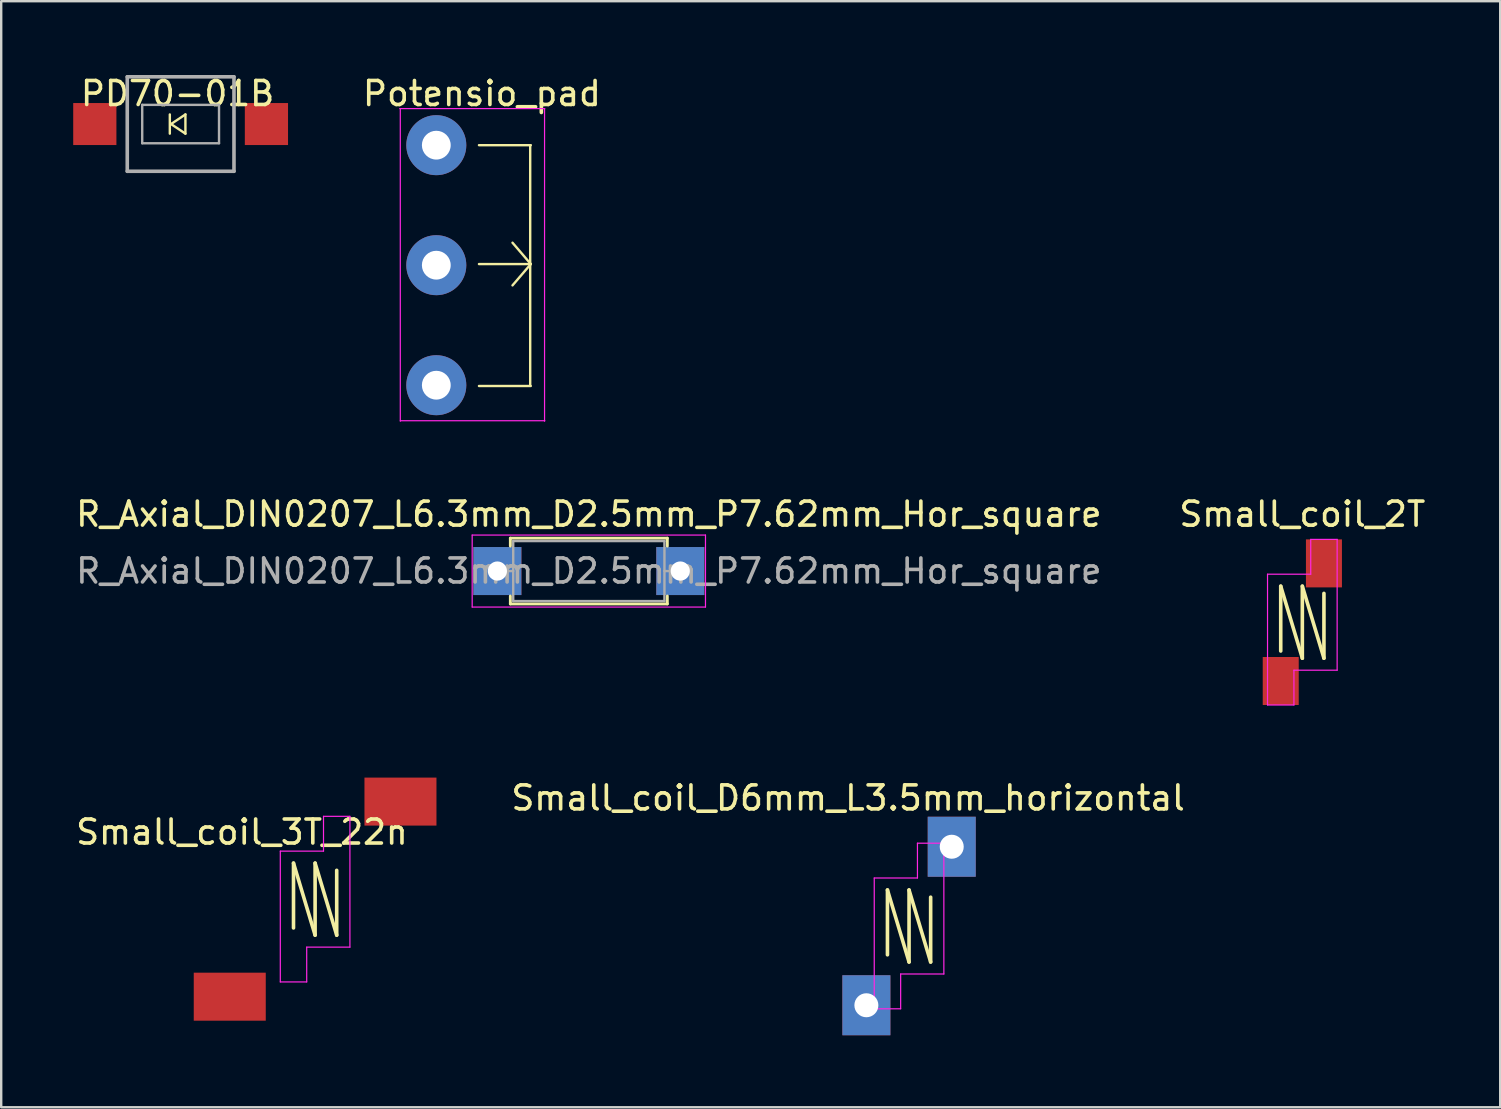
<source format=kicad_pcb>
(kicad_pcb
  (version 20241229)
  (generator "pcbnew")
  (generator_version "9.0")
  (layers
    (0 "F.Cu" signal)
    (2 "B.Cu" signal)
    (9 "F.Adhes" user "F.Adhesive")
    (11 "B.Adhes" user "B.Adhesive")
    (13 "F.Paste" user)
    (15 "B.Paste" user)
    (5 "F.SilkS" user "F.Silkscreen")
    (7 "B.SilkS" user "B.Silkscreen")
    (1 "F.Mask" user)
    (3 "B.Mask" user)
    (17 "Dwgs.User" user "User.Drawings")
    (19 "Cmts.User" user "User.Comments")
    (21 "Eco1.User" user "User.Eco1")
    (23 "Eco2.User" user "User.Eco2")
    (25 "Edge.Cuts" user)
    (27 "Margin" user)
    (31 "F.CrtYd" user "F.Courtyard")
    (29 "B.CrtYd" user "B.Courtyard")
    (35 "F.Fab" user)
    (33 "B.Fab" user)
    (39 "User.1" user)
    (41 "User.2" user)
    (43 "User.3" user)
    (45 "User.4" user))
  (footprint "PD70-01B"
    (layer "F.Cu")
    (at 4.475 2.118)
    (property "Reference" "PD70-01B" (at -0.127 -1.27 0) (layer "F.SilkS") (effects (font (size 1 1) (thickness 0.15))))
    (attr smd)
    (fp_line (start -0.45 -0.4) (end -0.45 0.4) (stroke (width 0.1) (type solid)) (layer "F.SilkS"))
    (fp_line (start -0.4 0) (end 0.2 -0.4) (stroke (width 0.1) (type solid)) (layer "F.SilkS"))
    (fp_line (start 0.2 -0.4) (end 0.2 0.4) (stroke (width 0.1) (type solid)) (layer "F.SilkS"))
    (fp_line (start 0.2 0.4) (end -0.4 0) (stroke (width 0.1) (type solid)) (layer "F.SilkS"))
    (fp_line (start -2.223 -1.968) (end 2.223 -1.968) (stroke (width 0.15) (type solid)) (layer "F.Fab"))
    (fp_line (start -2.223 1.968) (end -2.223 -1.968) (stroke (width 0.15) (type solid)) (layer "F.Fab"))
    (fp_line (start -1.6 -0.8) (end 1.6 -0.8) (stroke (width 0.1) (type solid)) (layer "F.Fab"))
    (fp_line (start -1.6 0.8) (end -1.6 -0.8) (stroke (width 0.1) (type solid)) (layer "F.Fab"))
    (fp_line (start 1.6 -0.8) (end 1.6 0.8) (stroke (width 0.1) (type solid)) (layer "F.Fab"))
    (fp_line (start 1.6 0.8) (end -1.6 0.8) (stroke (width 0.1) (type solid)) (layer "F.Fab"))
    (fp_line (start 2.223 -1.968) (end 2.223 1.968) (stroke (width 0.15) (type solid)) (layer "F.Fab"))
    (fp_line (start 2.223 1.968) (end -2.223 1.968) (stroke (width 0.15) (type solid)) (layer "F.Fab"))
    (pad "1" smd rect (at -3.575 0 90) (size 1.75 1.8) (layers "F.Cu" "F.Mask" "F.Paste"))
    (pad "2" smd rect (at 3.575 0 90) (size 1.75 1.8) (layers "F.Cu" "F.Mask" "F.Paste")))
  (footprint "Small_coil_3T_22n"
    (layer "F.Cu")
    (at 10.078 34.41)
    (property "Reference" "Small_coil_3T_22n" (at -3.048 -2.794 0) (layer "F.SilkS") (effects (font (size 1 1) (thickness 0.15))))
    (attr smd)
    (fp_line (start -0.9 -1.5) (end 0 1.5) (stroke (width 0.15) (type solid)) (layer "F.SilkS"))
    (fp_line (start -0.9 1.2) (end -0.9 -1.5) (stroke (width 0.15) (type solid)) (layer "F.SilkS"))
    (fp_line (start 0 -1.5) (end 0.9 1.5) (stroke (width 0.15) (type solid)) (layer "F.SilkS"))
    (fp_line (start 0 1.5) (end 0 -1.5) (stroke (width 0.15) (type solid)) (layer "F.SilkS"))
    (fp_line (start 0.9 -1.2) (end 0.9 1.5) (stroke (width 0.15) (type solid)) (layer "F.SilkS"))
    (fp_line (start -1.45 -2) (end -1.45 3.45) (stroke (width 0.05) (type solid)) (layer "F.CrtYd"))
    (fp_line (start -1.45 3.45) (end -0.35 3.45) (stroke (width 0.05) (type solid)) (layer "F.CrtYd"))
    (fp_line (start -0.35 2) (end 1.45 2) (stroke (width 0.05) (type solid)) (layer "F.CrtYd"))
    (fp_line (start -0.35 3.45) (end -0.35 2) (stroke (width 0.05) (type solid)) (layer "F.CrtYd"))
    (fp_line (start 0.35 -3.45) (end 0.35 -2) (stroke (width 0.05) (type solid)) (layer "F.CrtYd"))
    (fp_line (start 0.35 -2) (end -1.45 -2) (stroke (width 0.05) (type solid)) (layer "F.CrtYd"))
    (fp_line (start 1.45 -3.45) (end 0.35 -3.45) (stroke (width 0.05) (type solid)) (layer "F.CrtYd"))
    (fp_line (start 1.45 2) (end 1.45 -3.45) (stroke (width 0.05) (type solid)) (layer "F.CrtYd"))
    (pad "1" smd rect (at -3.556 4.064) (size 3 2) (layers "F.Cu" "F.Mask" "F.Paste"))
    (pad "2" smd rect (at 3.556 -4.064) (size 3 2) (layers "F.Cu" "F.Mask" "F.Paste")))
  (footprint "Small_coil_D6mm_L3.5mm_horizontal"
    (layer "F.Cu")
    (at 34.823 35.529)
    (property "Reference" "Small_coil_D6mm_L3.5mm_horizontal" (at -2.54 -5.334 0) (layer "F.SilkS") (effects (font (size 1 1) (thickness 0.15))))
    (attr smd)
    (fp_line (start -0.9 -1.5) (end 0 1.5) (stroke (width 0.15) (type solid)) (layer "F.SilkS"))
    (fp_line (start -0.9 1.2) (end -0.9 -1.5) (stroke (width 0.15) (type solid)) (layer "F.SilkS"))
    (fp_line (start 0 -1.5) (end 0.9 1.5) (stroke (width 0.15) (type solid)) (layer "F.SilkS"))
    (fp_line (start 0 1.5) (end 0 -1.5) (stroke (width 0.15) (type solid)) (layer "F.SilkS"))
    (fp_line (start 0.9 -1.2) (end 0.9 1.5) (stroke (width 0.15) (type solid)) (layer "F.SilkS"))
    (fp_line (start -1.45 -2) (end -1.45 3.45) (stroke (width 0.05) (type solid)) (layer "F.CrtYd"))
    (fp_line (start -1.45 3.45) (end -0.35 3.45) (stroke (width 0.05) (type solid)) (layer "F.CrtYd"))
    (fp_line (start -0.35 2) (end 1.45 2) (stroke (width 0.05) (type solid)) (layer "F.CrtYd"))
    (fp_line (start -0.35 3.45) (end -0.35 2) (stroke (width 0.05) (type solid)) (layer "F.CrtYd"))
    (fp_line (start 0.35 -3.45) (end 0.35 -2) (stroke (width 0.05) (type solid)) (layer "F.CrtYd"))
    (fp_line (start 0.35 -2) (end -1.45 -2) (stroke (width 0.05) (type solid)) (layer "F.CrtYd"))
    (fp_line (start 1.45 -3.45) (end 0.35 -3.45) (stroke (width 0.05) (type solid)) (layer "F.CrtYd"))
    (fp_line (start 1.45 2) (end 1.45 -3.45) (stroke (width 0.05) (type solid)) (layer "F.CrtYd"))
    (pad "1" thru_hole rect (at -1.778 3.302) (size 2 2.5) (drill 1) (layers "*.Cu" "*.Mask"))
    (pad "2" thru_hole rect (at 1.778 -3.302) (size 2 2.5) (drill 1) (layers "*.Cu" "*.Mask")))
  (footprint "Small_coil_2T"
    (layer "F.Cu")
    (at 51.208 22.872)
    (property "Reference" "Small_coil_2T" (at 0 -4.5 0) (layer "F.SilkS") (effects (font (size 1 1) (thickness 0.15))))
    (attr smd)
    (fp_line (start -0.9 -1.5) (end 0 1.5) (stroke (width 0.15) (type solid)) (layer "F.SilkS"))
    (fp_line (start -0.9 1.2) (end -0.9 -1.5) (stroke (width 0.15) (type solid)) (layer "F.SilkS"))
    (fp_line (start 0 -1.5) (end 0.9 1.5) (stroke (width 0.15) (type solid)) (layer "F.SilkS"))
    (fp_line (start 0 1.5) (end 0 -1.5) (stroke (width 0.15) (type solid)) (layer "F.SilkS"))
    (fp_line (start 0.9 -1.2) (end 0.9 1.5) (stroke (width 0.15) (type solid)) (layer "F.SilkS"))
    (fp_line (start -1.45 -2) (end -1.45 3.45) (stroke (width 0.05) (type solid)) (layer "F.CrtYd"))
    (fp_line (start -1.45 3.45) (end -0.35 3.45) (stroke (width 0.05) (type solid)) (layer "F.CrtYd"))
    (fp_line (start -0.35 2) (end 1.45 2) (stroke (width 0.05) (type solid)) (layer "F.CrtYd"))
    (fp_line (start -0.35 3.45) (end -0.35 2) (stroke (width 0.05) (type solid)) (layer "F.CrtYd"))
    (fp_line (start 0.35 -3.45) (end 0.35 -2) (stroke (width 0.05) (type solid)) (layer "F.CrtYd"))
    (fp_line (start 0.35 -2) (end -1.45 -2) (stroke (width 0.05) (type solid)) (layer "F.CrtYd"))
    (fp_line (start 1.45 -3.45) (end 0.35 -3.45) (stroke (width 0.05) (type solid)) (layer "F.CrtYd"))
    (fp_line (start 1.45 2) (end 1.45 -3.45) (stroke (width 0.05) (type solid)) (layer "F.CrtYd"))
    (pad "1" smd rect (at -0.9 2.45) (size 1.5 2) (layers "F.Cu" "F.Mask" "F.Paste"))
    (pad "2" smd rect (at 0.9 -2.45) (size 1.5 2) (layers "F.Cu" "F.Mask" "F.Paste")))
  (footprint "Potensio_pad"
    (layer "F.Cu")
    (at 15.127 2.998)
    (property "Reference" "Potensio_pad" (at 1.9 -2.15 0) (layer "F.SilkS") (effects (font (size 1 1) (thickness 0.15))))
    (attr through_hole)
    (fp_line (start 3.912 0) (end 3.912 9.982) (stroke (width 0.1) (type solid)) (layer "F.SilkS"))
    (fp_line (start 3.937 0) (end 1.778 0) (stroke (width 0.1) (type solid)) (layer "F.SilkS"))
    (fp_line (start 3.937 4.953) (end 1.778 4.953) (stroke (width 0.1) (type solid)) (layer "F.SilkS"))
    (fp_line (start 3.937 4.953) (end 3.175 4.064) (stroke (width 0.1) (type solid)) (layer "F.SilkS"))
    (fp_line (start 3.937 4.953) (end 3.175 5.842) (stroke (width 0.1) (type solid)) (layer "F.SilkS"))
    (fp_line (start 3.937 10.033) (end 1.778 10.033) (stroke (width 0.1) (type solid)) (layer "F.SilkS"))
    (fp_line (start -1.524 -1.524) (end 4.521 -1.524) (stroke (width 0.05) (type solid)) (layer "F.CrtYd"))
    (fp_line (start -1.5 -1.5) (end -1.5 11.5) (stroke (width 0.05) (type solid)) (layer "F.CrtYd"))
    (fp_line (start -1.499 11.481) (end 4.521 11.481) (stroke (width 0.05) (type solid)) (layer "F.CrtYd"))
    (fp_line (start 4.51 11.5) (end 4.51 -1.5) (stroke (width 0.05) (type solid)) (layer "F.CrtYd"))
    (pad "1" thru_hole circle (at 0 0) (size 2.5 2.5) (drill 1.2) (layers "*.Cu" "*.Mask"))
    (pad "2" thru_hole circle (at 0 5) (size 2.5 2.5) (drill 1.2) (layers "*.Cu" "*.Mask"))
    (pad "3" thru_hole circle (at 0 10) (size 2.5 2.5) (drill 1.2) (layers "*.Cu" "*.Mask")))
  (footprint "R_Axial_DIN0207_L6.3mm_D2.5mm_P7.62mm_Hor_square"
    (layer "F.Cu")
    (at 17.672 20.741)
    (property "Reference" "R_Axial_DIN0207_L6.3mm_D2.5mm_P7.62mm_Hor_square" (at 3.81 -2.37 0) (layer "F.SilkS") (effects (font (size 1 1) (thickness 0.15))))
    (attr through_hole)
    (fp_line (start 0.54 -1.37) (end 7.08 -1.37) (stroke (width 0.12) (type solid)) (layer "F.SilkS"))
    (fp_line (start 0.54 -1.04) (end 0.54 -1.37) (stroke (width 0.12) (type solid)) (layer "F.SilkS"))
    (fp_line (start 0.54 1.04) (end 0.54 1.37) (stroke (width 0.12) (type solid)) (layer "F.SilkS"))
    (fp_line (start 0.54 1.37) (end 7.08 1.37) (stroke (width 0.12) (type solid)) (layer "F.SilkS"))
    (fp_line (start 7.08 -1.37) (end 7.08 -1.04) (stroke (width 0.12) (type solid)) (layer "F.SilkS"))
    (fp_line (start 7.08 1.37) (end 7.08 1.04) (stroke (width 0.12) (type solid)) (layer "F.SilkS"))
    (fp_line (start -1.05 -1.5) (end -1.05 1.5) (stroke (width 0.05) (type solid)) (layer "F.CrtYd"))
    (fp_line (start -1.05 1.5) (end 8.67 1.5) (stroke (width 0.05) (type solid)) (layer "F.CrtYd"))
    (fp_line (start 8.67 -1.5) (end -1.05 -1.5) (stroke (width 0.05) (type solid)) (layer "F.CrtYd"))
    (fp_line (start 8.67 1.5) (end 8.67 -1.5) (stroke (width 0.05) (type solid)) (layer "F.CrtYd"))
    (fp_line (start 0 0) (end 0.66 0) (stroke (width 0.1) (type solid)) (layer "F.Fab"))
    (fp_line (start 0.66 -1.25) (end 0.66 1.25) (stroke (width 0.1) (type solid)) (layer "F.Fab"))
    (fp_line (start 0.66 1.25) (end 6.96 1.25) (stroke (width 0.1) (type solid)) (layer "F.Fab"))
    (fp_line (start 6.96 -1.25) (end 0.66 -1.25) (stroke (width 0.1) (type solid)) (layer "F.Fab"))
    (fp_line (start 6.96 1.25) (end 6.96 -1.25) (stroke (width 0.1) (type solid)) (layer "F.Fab"))
    (fp_line (start 7.62 0) (end 6.96 0) (stroke (width 0.1) (type solid)) (layer "F.Fab"))
    (fp_text user "${REFERENCE}" (at 3.81 0 0) (layer "F.Fab") (effects (font (size 1 1) (thickness 0.15))))
    (pad "1" thru_hole rect (at 0 0) (size 2 2) (drill 0.8) (layers "*.Cu" "*.Mask"))
    (pad "2" thru_hole rect (at 7.62 0) (size 2 2) (drill 0.8) (layers "*.Cu" "*.Mask")))
  (gr_rect
    (start -3 -3)
    (end 59.452 43.081)
    (stroke (width 0.1) (type default))
    (fill no)
    (layer "Edge.Cuts")))
</source>
